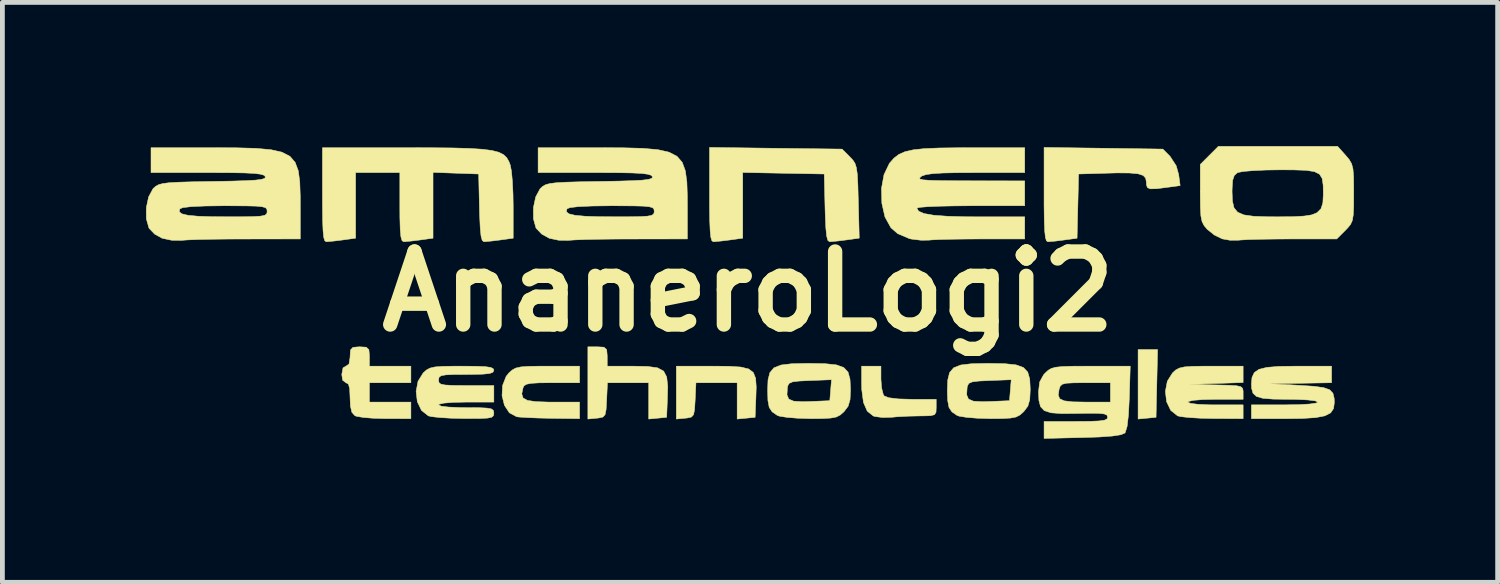
<source format=kicad_pcb>
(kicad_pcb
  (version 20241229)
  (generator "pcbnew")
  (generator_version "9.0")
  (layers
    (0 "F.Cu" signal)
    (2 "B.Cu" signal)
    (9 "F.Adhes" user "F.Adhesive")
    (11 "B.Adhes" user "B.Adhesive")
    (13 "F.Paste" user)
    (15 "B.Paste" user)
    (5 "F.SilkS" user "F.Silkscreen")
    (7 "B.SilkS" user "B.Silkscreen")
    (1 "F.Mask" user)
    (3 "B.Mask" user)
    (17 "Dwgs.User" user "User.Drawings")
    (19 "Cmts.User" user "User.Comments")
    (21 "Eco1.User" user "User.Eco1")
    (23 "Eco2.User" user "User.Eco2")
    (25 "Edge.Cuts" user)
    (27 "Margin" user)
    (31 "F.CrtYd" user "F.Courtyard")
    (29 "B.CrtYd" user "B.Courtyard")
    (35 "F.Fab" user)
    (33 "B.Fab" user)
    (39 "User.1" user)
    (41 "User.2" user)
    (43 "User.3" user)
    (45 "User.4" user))
  (footprint "AnaneroLogi2"
    (layer "F.Cu")
    (at 12.572 3.036)
    (property "Reference" "AnaneroLogi2" (at 0 0 0) (layer "F.SilkS") (effects (font (size 1.524 1.524) (thickness 0.3))))
    (attr through_hole)
    (fp_poly (pts (xy 8.531 1.919) (xy 8.515 2.627) (xy 8.327 2.645) (xy 8.14 2.663) (xy 8.14 1.212) (xy 8.547 1.212) (xy 8.531 1.919)) (stroke (width 0.01) (type solid)) (fill yes) (layer "F.SilkS"))
    (fp_poly (pts (xy -0.41 1.561) (xy -0.159 1.577) (xy 0.008 1.617) (xy 0.107 1.692) (xy 0.155 1.814) (xy 0.167 1.993) (xy 0.161 2.201) (xy 0.144 2.627) (xy -0.043 2.645) (xy -0.231 2.663) (xy -0.231 1.905) (xy -1.091 1.905) (xy -1.108 2.266) (xy -1.12 2.463) (xy -1.141 2.572) (xy -1.187 2.622) (xy -1.273 2.641) (xy -1.313 2.645) (xy -1.501 2.663) (xy -1.501 1.559) (xy -0.759 1.559) (xy -0.41 1.561)) (stroke (width 0.01) (type solid)) (fill yes) (layer "F.SilkS"))
    (fp_poly (pts (xy -3.011 1.163) (xy -2.955 1.214) (xy -2.944 1.341) (xy -2.944 1.357) (xy -2.944 1.559) (xy -2.405 1.559) (xy -2.1 1.565) (xy -1.893 1.594) (xy -1.766 1.662) (xy -1.702 1.785) (xy -1.681 1.978) (xy -1.686 2.201) (xy -1.703 2.627) (xy -1.891 2.645) (xy -2.078 2.663) (xy -2.078 1.905) (xy -2.939 1.905) (xy -2.956 2.266) (xy -2.967 2.463) (xy -2.989 2.572) (xy -3.035 2.622) (xy -3.121 2.641) (xy -3.161 2.645) (xy -3.348 2.663) (xy -3.348 1.155) (xy -3.146 1.155) (xy -3.011 1.163)) (stroke (width 0.01) (type solid)) (fill yes) (layer "F.SilkS"))
    (fp_poly (pts (xy 2.771 1.836) (xy 2.785 2.014) (xy 2.819 2.148) (xy 2.84 2.182) (xy 2.938 2.219) (xy 3.136 2.243) (xy 3.417 2.251) (xy 3.925 2.251) (xy 3.925 2.425) (xy 3.921 2.521) (xy 3.888 2.573) (xy 3.8 2.594) (xy 3.629 2.598) (xy 3.587 2.598) (xy 3.346 2.603) (xy 3.104 2.616) (xy 2.995 2.626) (xy 2.806 2.631) (xy 2.645 2.61) (xy 2.611 2.599) (xy 2.485 2.498) (xy 2.406 2.317) (xy 2.37 2.044) (xy 2.367 1.901) (xy 2.367 1.559) (xy 2.771 1.559) (xy 2.771 1.836)) (stroke (width 0.01) (type solid)) (fill yes) (layer "F.SilkS"))
    (fp_poly (pts (xy 8.657 -2.973) (xy 8.807 -2.823) (xy 8.936 -2.625) (xy 8.987 -2.442) (xy 9.018 -2.211) (xy 8.744 -2.174) (xy 8.525 -2.146) (xy 8.396 -2.143) (xy 8.334 -2.169) (xy 8.314 -2.231) (xy 8.313 -2.279) (xy 8.299 -2.364) (xy 8.248 -2.422) (xy 8.143 -2.457) (xy 7.967 -2.474) (xy 7.703 -2.476) (xy 7.476 -2.47) (xy 6.898 -2.453) (xy 6.866 -1.112) (xy 6.6 -1.076) (xy 6.423 -1.053) (xy 6.288 -1.041) (xy 6.255 -1.039) (xy 6.226 -1.06) (xy 6.204 -1.132) (xy 6.19 -1.269) (xy 6.181 -1.486) (xy 6.177 -1.796) (xy 6.177 -2.024) (xy 6.177 -3.008) (xy 8.657 -2.973)) (stroke (width 0.01) (type solid)) (fill yes) (layer "F.SilkS"))
    (fp_poly (pts (xy -7.975 1.163) (xy -7.92 1.214) (xy -7.909 1.341) (xy -7.909 1.357) (xy -7.909 1.559) (xy -7.043 1.559) (xy -7.043 1.905) (xy -7.909 1.905) (xy -7.909 2.309) (xy -7.043 2.309) (xy -7.043 2.655) (xy -7.577 2.654) (xy -7.824 2.647) (xy -8.035 2.63) (xy -8.178 2.606) (xy -8.212 2.593) (xy -8.275 2.523) (xy -8.306 2.39) (xy -8.313 2.22) (xy -8.321 2.029) (xy -8.348 1.932) (xy -8.399 1.905) (xy -8.468 1.853) (xy -8.486 1.732) (xy -8.46 1.594) (xy -8.399 1.559) (xy -8.335 1.515) (xy -8.313 1.375) (xy -8.313 1.357) (xy -8.304 1.221) (xy -8.253 1.166) (xy -8.126 1.155) (xy -8.111 1.155) (xy -7.975 1.163)) (stroke (width 0.01) (type solid)) (fill yes) (layer "F.SilkS"))
    (fp_poly (pts (xy -3.521 1.905) (xy -4.095 1.905) (xy -4.36 1.907) (xy -4.531 1.917) (xy -4.632 1.937) (xy -4.683 1.972) (xy -4.702 2.012) (xy -4.728 2.137) (xy -4.702 2.222) (xy -4.61 2.274) (xy -4.436 2.3) (xy -4.165 2.309) (xy -4.092 2.309) (xy -3.521 2.309) (xy -3.521 2.655) (xy -4.113 2.648) (xy -4.377 2.642) (xy -4.608 2.633) (xy -4.776 2.622) (xy -4.834 2.615) (xy -4.987 2.533) (xy -5.09 2.376) (xy -5.14 2.175) (xy -5.129 1.963) (xy -5.054 1.772) (xy -4.996 1.7) (xy -4.928 1.639) (xy -4.854 1.599) (xy -4.749 1.575) (xy -4.59 1.563) (xy -4.352 1.559) (xy -4.188 1.559) (xy -3.521 1.559) (xy -3.521 1.905)) (stroke (width 0.01) (type solid)) (fill yes) (layer "F.SilkS"))
    (fp_poly (pts (xy 0.576 -2.99) (xy 1.96 -2.973) (xy 2.12 -2.813) (xy 2.185 -2.744) (xy 2.23 -2.674) (xy 2.259 -2.582) (xy 2.278 -2.444) (xy 2.289 -2.239) (xy 2.297 -1.945) (xy 2.299 -1.883) (xy 2.318 -1.114) (xy 2.046 -1.076) (xy 1.867 -1.054) (xy 1.731 -1.041) (xy 1.697 -1.039) (xy 1.662 -1.067) (xy 1.637 -1.16) (xy 1.62 -1.333) (xy 1.608 -1.601) (xy 1.604 -1.746) (xy 1.587 -2.453) (xy 0.736 -2.469) (xy -0.115 -2.485) (xy -0.115 -1.113) (xy -0.383 -1.076) (xy -0.561 -1.054) (xy -0.697 -1.041) (xy -0.73 -1.039) (xy -0.759 -1.06) (xy -0.781 -1.132) (xy -0.795 -1.269) (xy -0.804 -1.486) (xy -0.808 -1.796) (xy -0.808 -2.023) (xy -0.808 -3.008) (xy 0.576 -2.99)) (stroke (width 0.01) (type solid)) (fill yes) (layer "F.SilkS"))
    (fp_poly (pts (xy 10.333 1.901) (xy 9.77 1.92) (xy 9.207 1.939) (xy 9.77 1.951) (xy 10.028 1.957) (xy 10.192 1.967) (xy 10.283 1.987) (xy 10.323 2.023) (xy 10.333 2.08) (xy 10.333 2.107) (xy 10.333 2.251) (xy 9.756 2.251) (xy 9.488 2.257) (xy 9.294 2.272) (xy 9.191 2.296) (xy 9.179 2.309) (xy 9.234 2.336) (xy 9.387 2.355) (xy 9.623 2.366) (xy 9.756 2.367) (xy 10.333 2.367) (xy 10.333 2.655) (xy 9.713 2.652) (xy 9.444 2.646) (xy 9.208 2.632) (xy 9.035 2.613) (xy 8.966 2.597) (xy 8.822 2.483) (xy 8.735 2.301) (xy 8.71 2.086) (xy 8.75 1.874) (xy 8.859 1.7) (xy 8.926 1.639) (xy 9.001 1.599) (xy 9.105 1.575) (xy 9.265 1.563) (xy 9.502 1.559) (xy 9.667 1.559) (xy 10.333 1.559) (xy 10.333 1.901)) (stroke (width 0.01) (type solid)) (fill yes) (layer "F.SilkS"))
    (fp_poly (pts (xy 12.18 1.905) (xy 11.531 1.916) (xy 10.882 1.926) (xy 11.504 1.959) (xy 11.807 1.979) (xy 12.013 2.007) (xy 12.14 2.052) (xy 12.208 2.124) (xy 12.234 2.231) (xy 12.237 2.32) (xy 12.221 2.444) (xy 12.16 2.534) (xy 12.04 2.596) (xy 11.847 2.633) (xy 11.566 2.651) (xy 11.244 2.655) (xy 10.506 2.655) (xy 10.506 2.367) (xy 11.199 2.367) (xy 11.503 2.362) (xy 11.728 2.349) (xy 11.861 2.329) (xy 11.892 2.309) (xy 11.837 2.283) (xy 11.681 2.264) (xy 11.441 2.253) (xy 11.268 2.251) (xy 10.958 2.247) (xy 10.745 2.23) (xy 10.611 2.191) (xy 10.539 2.124) (xy 10.51 2.021) (xy 10.506 1.931) (xy 10.519 1.792) (xy 10.567 1.692) (xy 10.666 1.624) (xy 10.832 1.584) (xy 11.08 1.564) (xy 11.428 1.559) (xy 11.449 1.559) (xy 12.18 1.559) (xy 12.18 1.905)) (stroke (width 0.01) (type solid)) (fill yes) (layer "F.SilkS"))
    (fp_poly (pts (xy 1.604 1.507) (xy 1.84 1.532) (xy 1.994 1.587) (xy 2.084 1.683) (xy 2.125 1.83) (xy 2.136 2.039) (xy 2.136 2.052) (xy 2.126 2.258) (xy 2.086 2.395) (xy 2.003 2.505) (xy 1.994 2.514) (xy 1.92 2.579) (xy 1.838 2.621) (xy 1.721 2.643) (xy 1.543 2.653) (xy 1.287 2.654) (xy 1.03 2.646) (xy 0.808 2.628) (xy 0.652 2.603) (xy 0.606 2.586) (xy 0.499 2.512) (xy 0.438 2.419) (xy 0.411 2.274) (xy 0.408 2.157) (xy 0.809 2.157) (xy 0.846 2.246) (xy 0.949 2.29) (xy 1.135 2.301) (xy 1.284 2.297) (xy 1.703 2.28) (xy 1.739 1.842) (xy 1.288 1.859) (xy 1.061 1.87) (xy 0.925 1.887) (xy 0.854 1.918) (xy 0.825 1.972) (xy 0.818 2.01) (xy 0.809 2.157) (xy 0.408 2.157) (xy 0.405 2.064) (xy 0.413 1.847) (xy 0.452 1.694) (xy 0.536 1.594) (xy 0.684 1.535) (xy 0.912 1.508) (xy 1.236 1.501) (xy 1.27 1.501) (xy 1.604 1.507)) (stroke (width 0.01) (type solid)) (fill yes) (layer "F.SilkS"))
    (fp_poly (pts (xy 5.356 1.507) (xy 5.592 1.532) (xy 5.746 1.587) (xy 5.836 1.683) (xy 5.878 1.83) (xy 5.888 2.039) (xy 5.888 2.052) (xy 5.878 2.258) (xy 5.838 2.395) (xy 5.755 2.505) (xy 5.746 2.514) (xy 5.672 2.579) (xy 5.59 2.621) (xy 5.474 2.643) (xy 5.295 2.653) (xy 5.039 2.654) (xy 4.782 2.646) (xy 4.56 2.628) (xy 4.404 2.603) (xy 4.358 2.586) (xy 4.251 2.512) (xy 4.191 2.419) (xy 4.164 2.274) (xy 4.16 2.157) (xy 4.561 2.157) (xy 4.599 2.246) (xy 4.701 2.29) (xy 4.888 2.301) (xy 5.036 2.297) (xy 5.455 2.28) (xy 5.473 2.061) (xy 5.491 1.842) (xy 5.04 1.859) (xy 4.813 1.87) (xy 4.677 1.887) (xy 4.607 1.918) (xy 4.577 1.972) (xy 4.57 2.01) (xy 4.561 2.157) (xy 4.16 2.157) (xy 4.157 2.064) (xy 4.166 1.847) (xy 4.204 1.694) (xy 4.288 1.594) (xy 4.436 1.535) (xy 4.664 1.508) (xy 4.989 1.501) (xy 5.022 1.501) (xy 5.356 1.507)) (stroke (width 0.01) (type solid)) (fill yes) (layer "F.SilkS"))
    (fp_poly (pts (xy -6.609 -3.001) (xy -6.169 -2.997) (xy -5.82 -2.987) (xy -5.552 -2.97) (xy -5.352 -2.944) (xy -5.208 -2.907) (xy -5.108 -2.857) (xy -5.041 -2.792) (xy -4.995 -2.71) (xy -4.969 -2.642) (xy -4.944 -2.514) (xy -4.924 -2.301) (xy -4.911 -2.036) (xy -4.907 -1.789) (xy -4.907 -1.113) (xy -5.175 -1.076) (xy -5.352 -1.054) (xy -5.487 -1.041) (xy -5.519 -1.039) (xy -5.554 -1.067) (xy -5.579 -1.16) (xy -5.596 -1.333) (xy -5.608 -1.601) (xy -5.612 -1.746) (xy -5.628 -2.453) (xy -6.105 -2.47) (xy -6.581 -2.487) (xy -6.581 -1.113) (xy -6.849 -1.076) (xy -7.026 -1.054) (xy -7.162 -1.041) (xy -7.195 -1.039) (xy -7.229 -1.063) (xy -7.252 -1.144) (xy -7.266 -1.298) (xy -7.273 -1.542) (xy -7.274 -1.761) (xy -7.274 -2.482) (xy -8.197 -2.482) (xy -8.197 -1.113) (xy -8.465 -1.076) (xy -8.643 -1.054) (xy -8.778 -1.041) (xy -8.811 -1.039) (xy -8.841 -1.06) (xy -8.863 -1.132) (xy -8.877 -1.27) (xy -8.886 -1.486) (xy -8.889 -1.796) (xy -8.89 -2.02) (xy -8.89 -3.002) (xy -7.152 -3.002) (xy -6.609 -3.001)) (stroke (width 0.01) (type solid)) (fill yes) (layer "F.SilkS"))
    (fp_poly (pts (xy 7.957 2.22) (xy 7.939 2.575) (xy 7.911 2.816) (xy 7.872 2.943) (xy 7.863 2.956) (xy 7.779 2.991) (xy 7.604 3.018) (xy 7.329 3.038) (xy 6.982 3.049) (xy 6.177 3.068) (xy 6.177 2.713) (xy 6.841 2.713) (xy 7.13 2.711) (xy 7.323 2.703) (xy 7.437 2.687) (xy 7.492 2.66) (xy 7.505 2.622) (xy 7.49 2.582) (xy 7.435 2.557) (xy 7.319 2.544) (xy 7.124 2.542) (xy 6.862 2.546) (xy 6.544 2.549) (xy 6.323 2.533) (xy 6.182 2.488) (xy 6.103 2.405) (xy 6.069 2.274) (xy 6.064 2.162) (xy 6.473 2.162) (xy 6.503 2.239) (xy 6.597 2.283) (xy 6.772 2.304) (xy 7.045 2.309) (xy 7.562 2.309) (xy 7.562 1.905) (xy 7.044 1.905) (xy 6.797 1.907) (xy 6.643 1.915) (xy 6.556 1.937) (xy 6.513 1.978) (xy 6.49 2.045) (xy 6.49 2.046) (xy 6.473 2.162) (xy 6.064 2.162) (xy 6.061 2.093) (xy 6.085 1.889) (xy 6.167 1.739) (xy 6.203 1.7) (xy 6.264 1.644) (xy 6.33 1.606) (xy 6.421 1.581) (xy 6.56 1.567) (xy 6.766 1.56) (xy 7.061 1.559) (xy 7.161 1.559) (xy 7.976 1.559) (xy 7.957 2.22)) (stroke (width 0.01) (type solid)) (fill yes) (layer "F.SilkS"))
    (fp_poly (pts (xy 5.773 -2.482) (xy 4.745 -2.482) (xy 4.354 -2.48) (xy 4.063 -2.474) (xy 3.856 -2.461) (xy 3.717 -2.442) (xy 3.632 -2.414) (xy 3.605 -2.398) (xy 3.577 -2.368) (xy 3.589 -2.347) (xy 3.654 -2.331) (xy 3.785 -2.321) (xy 3.994 -2.315) (xy 4.296 -2.312) (xy 4.633 -2.311) (xy 5.773 -2.309) (xy 5.773 -1.79) (xy 4.647 -1.79) (xy 4.301 -1.787) (xy 3.998 -1.781) (xy 3.755 -1.771) (xy 3.591 -1.758) (xy 3.522 -1.743) (xy 3.521 -1.741) (xy 3.557 -1.677) (xy 3.669 -1.628) (xy 3.866 -1.593) (xy 4.157 -1.571) (xy 4.55 -1.56) (xy 4.794 -1.559) (xy 5.773 -1.559) (xy 5.773 -1.097) (xy 4.856 -1.097) (xy 4.529 -1.095) (xy 4.232 -1.091) (xy 3.988 -1.085) (xy 3.822 -1.077) (xy 3.774 -1.072) (xy 3.609 -1.07) (xy 3.41 -1.094) (xy 3.365 -1.104) (xy 3.122 -1.207) (xy 2.979 -1.331) (xy 2.855 -1.556) (xy 2.79 -1.842) (xy 2.782 -2.15) (xy 2.835 -2.44) (xy 2.947 -2.674) (xy 2.957 -2.687) (xy 3.046 -2.787) (xy 3.146 -2.863) (xy 3.274 -2.919) (xy 3.446 -2.958) (xy 3.677 -2.983) (xy 3.984 -2.996) (xy 4.383 -3.001) (xy 4.616 -3.002) (xy 5.773 -3.002) (xy 5.773 -2.482)) (stroke (width 0.01) (type solid)) (fill yes) (layer "F.SilkS"))
    (fp_poly (pts (xy -5.685 1.561) (xy -5.49 1.569) (xy -5.375 1.586) (xy -5.322 1.614) (xy -5.311 1.645) (xy -5.33 1.686) (xy -5.4 1.712) (xy -5.54 1.726) (xy -5.768 1.731) (xy -5.888 1.732) (xy -6.151 1.733) (xy -6.319 1.741) (xy -6.414 1.759) (xy -6.455 1.791) (xy -6.465 1.841) (xy -6.465 1.847) (xy -6.458 1.9) (xy -6.42 1.933) (xy -6.331 1.952) (xy -6.172 1.961) (xy -5.919 1.963) (xy -5.888 1.963) (xy -5.311 1.963) (xy -5.311 2.309) (xy -5.888 2.309) (xy -6.156 2.315) (xy -6.35 2.33) (xy -6.453 2.353) (xy -6.465 2.367) (xy -6.411 2.394) (xy -6.257 2.413) (xy -6.021 2.423) (xy -5.888 2.425) (xy -5.625 2.426) (xy -5.457 2.434) (xy -5.363 2.451) (xy -5.321 2.483) (xy -5.311 2.534) (xy -5.311 2.54) (xy -5.318 2.591) (xy -5.354 2.624) (xy -5.437 2.643) (xy -5.589 2.651) (xy -5.83 2.652) (xy -5.931 2.652) (xy -6.2 2.646) (xy -6.436 2.632) (xy -6.61 2.613) (xy -6.678 2.597) (xy -6.822 2.483) (xy -6.909 2.301) (xy -6.934 2.086) (xy -6.894 1.874) (xy -6.786 1.7) (xy -6.718 1.639) (xy -6.643 1.599) (xy -6.539 1.575) (xy -6.38 1.563) (xy -6.142 1.559) (xy -5.977 1.559) (xy -5.685 1.561)) (stroke (width 0.01) (type solid)) (fill yes) (layer "F.SilkS"))
    (fp_poly (pts (xy 12.474 -2.842) (xy 12.549 -2.752) (xy 12.598 -2.667) (xy 12.626 -2.56) (xy 12.639 -2.403) (xy 12.642 -2.169) (xy 12.642 -2.053) (xy 12.641 -1.783) (xy 12.633 -1.602) (xy 12.613 -1.482) (xy 12.574 -1.397) (xy 12.509 -1.32) (xy 12.465 -1.274) (xy 12.287 -1.097) (xy 11.346 -1.097) (xy 11.015 -1.095) (xy 10.714 -1.091) (xy 10.466 -1.085) (xy 10.295 -1.076) (xy 10.239 -1.071) (xy 10.059 -1.07) (xy 9.897 -1.099) (xy 9.731 -1.18) (xy 9.58 -1.302) (xy 9.58 -1.302) (xy 9.516 -1.379) (xy 9.475 -1.462) (xy 9.451 -1.578) (xy 9.441 -1.754) (xy 9.438 -2.016) (xy 9.438 -2.053) (xy 9.438 -2.079) (xy 10.102 -2.079) (xy 10.11 -1.887) (xy 10.142 -1.749) (xy 10.217 -1.656) (xy 10.349 -1.599) (xy 10.556 -1.57) (xy 10.853 -1.56) (xy 11.055 -1.559) (xy 11.379 -1.562) (xy 11.608 -1.575) (xy 11.762 -1.599) (xy 11.86 -1.637) (xy 11.879 -1.649) (xy 11.96 -1.73) (xy 11.998 -1.851) (xy 12.007 -2.028) (xy 12.004 -2.221) (xy 11.984 -2.358) (xy 11.929 -2.449) (xy 11.822 -2.503) (xy 11.648 -2.53) (xy 11.389 -2.539) (xy 11.107 -2.54) (xy 10.809 -2.536) (xy 10.546 -2.524) (xy 10.343 -2.507) (xy 10.225 -2.485) (xy 10.214 -2.48) (xy 10.149 -2.423) (xy 10.114 -2.321) (xy 10.103 -2.143) (xy 10.102 -2.079) (xy 9.438 -2.079) (xy 9.438 -2.653) (xy 9.816 -3.031) (xy 12.305 -3.031) (xy 12.474 -2.842)) (stroke (width 0.01) (type solid)) (fill yes) (layer "F.SilkS"))
    (fp_poly (pts (xy -10.688 -3) (xy -10.282 -2.989) (xy -9.968 -2.961) (xy -9.734 -2.908) (xy -9.568 -2.822) (xy -9.459 -2.695) (xy -9.394 -2.52) (xy -9.363 -2.288) (xy -9.353 -1.991) (xy -9.352 -1.763) (xy -9.352 -1.097) (xy -10.492 -1.096) (xy -10.857 -1.095) (xy -11.196 -1.091) (xy -11.485 -1.085) (xy -11.704 -1.077) (xy -11.83 -1.068) (xy -11.834 -1.068) (xy -12.034 -1.069) (xy -12.234 -1.111) (xy -12.237 -1.112) (xy -12.394 -1.199) (xy -12.507 -1.317) (xy -12.513 -1.328) (xy -12.567 -1.519) (xy -12.567 -1.666) (xy -11.88 -1.666) (xy -11.827 -1.622) (xy -11.698 -1.591) (xy -11.483 -1.571) (xy -11.171 -1.561) (xy -10.896 -1.56) (xy -10.566 -1.56) (xy -10.335 -1.564) (xy -10.184 -1.573) (xy -10.097 -1.59) (xy -10.057 -1.617) (xy -10.045 -1.657) (xy -10.045 -1.674) (xy -10.05 -1.718) (xy -10.078 -1.749) (xy -10.145 -1.769) (xy -10.269 -1.782) (xy -10.465 -1.787) (xy -10.751 -1.789) (xy -10.936 -1.79) (xy -11.339 -1.785) (xy -11.63 -1.772) (xy -11.806 -1.751) (xy -11.867 -1.725) (xy -11.88 -1.666) (xy -12.567 -1.666) (xy -12.567 -1.751) (xy -12.519 -1.975) (xy -12.429 -2.143) (xy -12.418 -2.155) (xy -12.369 -2.198) (xy -12.309 -2.231) (xy -12.22 -2.254) (xy -12.088 -2.271) (xy -11.893 -2.282) (xy -11.62 -2.29) (xy -11.252 -2.297) (xy -11.172 -2.298) (xy -10.781 -2.305) (xy -10.491 -2.314) (xy -10.29 -2.325) (xy -10.163 -2.341) (xy -10.098 -2.361) (xy -10.08 -2.388) (xy -10.083 -2.399) (xy -10.112 -2.428) (xy -10.182 -2.449) (xy -10.309 -2.465) (xy -10.505 -2.475) (xy -10.785 -2.48) (xy -11.163 -2.482) (xy -11.292 -2.482) (xy -12.469 -2.482) (xy -12.469 -3.002) (xy -11.197 -3.002) (xy -10.688 -3)) (stroke (width 0.01) (type solid)) (fill yes) (layer "F.SilkS"))
    (fp_poly (pts (xy -2.606 -3) (xy -2.2 -2.989) (xy -1.886 -2.961) (xy -1.652 -2.908) (xy -1.486 -2.822) (xy -1.377 -2.695) (xy -1.313 -2.52) (xy -1.281 -2.288) (xy -1.271 -1.991) (xy -1.27 -1.763) (xy -1.27 -1.097) (xy -2.41 -1.096) (xy -2.775 -1.095) (xy -3.114 -1.091) (xy -3.403 -1.085) (xy -3.622 -1.077) (xy -3.748 -1.068) (xy -3.752 -1.068) (xy -3.952 -1.069) (xy -4.152 -1.111) (xy -4.155 -1.112) (xy -4.312 -1.199) (xy -4.425 -1.317) (xy -4.432 -1.328) (xy -4.485 -1.519) (xy -4.485 -1.666) (xy -3.798 -1.666) (xy -3.745 -1.622) (xy -3.617 -1.591) (xy -3.401 -1.571) (xy -3.089 -1.561) (xy -2.814 -1.56) (xy -2.485 -1.56) (xy -2.253 -1.564) (xy -2.103 -1.573) (xy -2.016 -1.59) (xy -1.975 -1.617) (xy -1.963 -1.657) (xy -1.963 -1.674) (xy -1.968 -1.718) (xy -1.996 -1.749) (xy -2.063 -1.769) (xy -2.187 -1.782) (xy -2.383 -1.787) (xy -2.67 -1.789) (xy -2.854 -1.79) (xy -3.257 -1.785) (xy -3.548 -1.772) (xy -3.724 -1.751) (xy -3.785 -1.725) (xy -3.798 -1.666) (xy -4.485 -1.666) (xy -4.485 -1.751) (xy -4.437 -1.975) (xy -4.347 -2.143) (xy -4.336 -2.155) (xy -4.287 -2.198) (xy -4.227 -2.231) (xy -4.139 -2.254) (xy -4.006 -2.271) (xy -3.811 -2.282) (xy -3.538 -2.29) (xy -3.17 -2.297) (xy -3.09 -2.298) (xy -2.699 -2.305) (xy -2.409 -2.314) (xy -2.208 -2.325) (xy -2.082 -2.341) (xy -2.016 -2.361) (xy -1.998 -2.388) (xy -2.001 -2.399) (xy -2.03 -2.428) (xy -2.101 -2.449) (xy -2.227 -2.465) (xy -2.424 -2.475) (xy -2.704 -2.48) (xy -3.081 -2.482) (xy -3.21 -2.482) (xy -4.387 -2.482) (xy -4.387 -3.002) (xy -3.115 -3.002) (xy -2.606 -3)) (stroke (width 0.01) (type solid)) (fill yes) (layer "F.SilkS")))
  (gr_rect
    (start -3 -3)
    (end 28.219 9.109)
    (stroke (width 0.1) (type default))
    (fill no)
    (layer "Edge.Cuts")))
</source>
